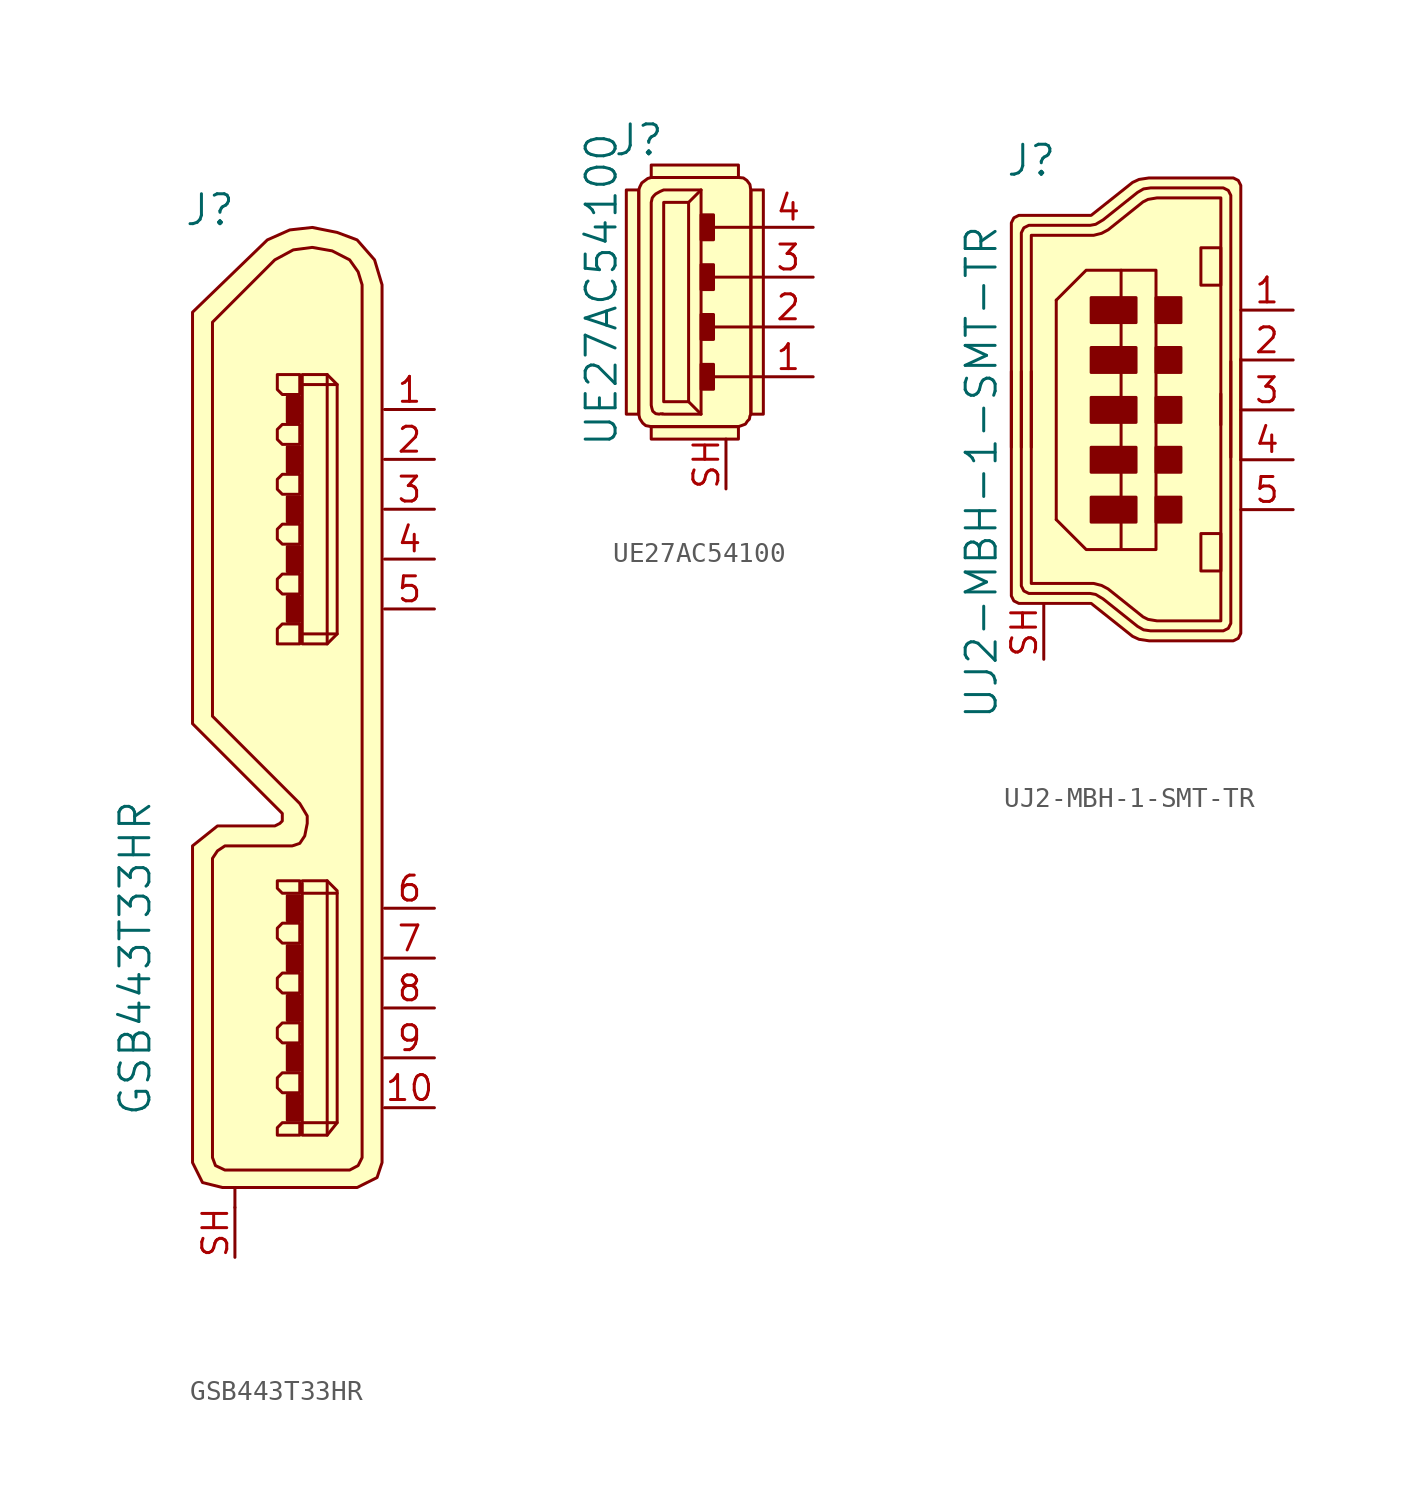
<source format=kicad_sym>
(kicad_symbol_lib
  (version 20220914)
  (generator kicad_symbol_editor)
  (symbol "GSB443T33HR"
    (pin_names
      (offset 1.016))
    (property "Reference" "J"
      (at -6.35 25.4 0)
      (effects (font (size 1.524 1.524))))
    (property "Value" "GSB443T33HR"
      (at -10.16 -12.7 90)
      (effects (font (size 1.524 1.524))))
    (symbol "GSB443T33HR_0_1"
      (rectangle (start -2.413 -20.955) (end -1.778 -19.685) (stroke (width 0) (type default)) (fill (type outline)))
      (rectangle (start -2.413 -18.415) (end -1.778 -17.145) (stroke (width 0) (type default)) (fill (type outline)))
      (rectangle (start -2.413 -15.875) (end -1.778 -14.605) (stroke (width 0) (type default)) (fill (type outline)))
      (rectangle (start -2.413 4.445) (end -1.778 5.715) (stroke (width 0) (type default)) (fill (type outline)))
      (rectangle (start -2.413 6.985) (end -1.778 8.255) (stroke (width 0) (type default)) (fill (type outline)))
      (rectangle (start -2.413 9.525) (end -1.778 10.795) (stroke (width 0) (type default)) (fill (type outline)))
      (rectangle (start -1.778 -13.335) (end -2.413 -12.065) (stroke (width 0) (type default)) (fill (type outline)))
      (rectangle (start -1.778 -10.795) (end -2.413 -9.525) (stroke (width 0) (type default)) (fill (type outline)))
      (rectangle (start -1.778 12.065) (end -2.413 13.335) (stroke (width 0) (type default)) (fill (type outline)))
      (rectangle (start -1.778 14.605) (end -2.413 15.875) (stroke (width 0) (type default)) (fill (type outline)))
      (polyline (pts (xy -5.08 -25.4) (xy -5.08 -24.384)) (stroke (width 0) (type default)) (fill (type none)))
      (polyline (pts (xy -1.651 -21.082) (xy 0.127 -21.082)) (stroke (width 0) (type default)) (fill (type none)))
      (polyline (pts (xy -1.651 3.81) (xy 0.127 3.81)) (stroke (width 0) (type default)) (fill (type none)))
      (polyline (pts (xy -0.381 -8.763) (xy -0.381 -21.717)) (stroke (width 0) (type default)) (fill (type none)))
      (polyline (pts (xy -0.381 17.018) (xy -0.381 3.302)) (stroke (width 0) (type default)) (fill (type none)))
      (polyline (pts (xy 0.127 16.51) (xy -1.651 16.51)) (stroke (width 0) (type default)) (fill (type none)))
      (polyline (pts (xy 0.127 -9.398) (xy -0.381 -9.398) (xy -1.651 -9.398)) (stroke (width 0) (type default)) (fill (type none)))
      (polyline (pts (xy -1.778 -21.717) (xy -2.667 -21.717) (xy -2.921 -21.717) (xy -2.921 -21.336) (xy -2.667 -21.082) (xy -1.778 -21.082) (xy -1.778 -21.717)) (stroke (width 0) (type default)) (fill (type none)))
      (polyline (pts (xy -1.778 -19.558) (xy -2.667 -19.558) (xy -2.921 -19.304) (xy -2.921 -18.796) (xy -2.667 -18.542) (xy -1.778 -18.542) (xy -1.778 -19.558)) (stroke (width 0) (type default)) (fill (type none)))
      (polyline (pts (xy -1.778 -17.018) (xy -2.667 -17.018) (xy -2.921 -16.764) (xy -2.921 -16.256) (xy -2.667 -16.002) (xy -1.778 -16.002) (xy -1.778 -17.018)) (stroke (width 0) (type default)) (fill (type none)))
      (polyline (pts (xy -1.778 -14.478) (xy -2.667 -14.478) (xy -2.921 -14.224) (xy -2.921 -13.716) (xy -2.667 -13.462) (xy -1.778 -13.462) (xy -1.778 -14.478)) (stroke (width 0) (type default)) (fill (type none)))
      (polyline (pts (xy -1.778 -11.938) (xy -2.667 -11.938) (xy -2.921 -11.684) (xy -2.921 -11.176) (xy -2.667 -10.922) (xy -1.778 -10.922) (xy -1.778 -11.938)) (stroke (width 0) (type default)) (fill (type none)))
      (polyline (pts (xy -1.778 -9.398) (xy -2.667 -9.398) (xy -2.921 -9.144) (xy -2.921 -8.763) (xy -2.667 -8.763) (xy -1.778 -8.763) (xy -1.778 -9.398)) (stroke (width 0) (type default)) (fill (type none)))
      (polyline (pts (xy -1.778 3.302) (xy -2.667 3.302) (xy -2.921 3.302) (xy -2.921 4.064) (xy -2.667 4.318) (xy -1.778 4.318) (xy -1.778 3.302)) (stroke (width 0) (type default)) (fill (type none)))
      (polyline (pts (xy -1.778 5.842) (xy -2.667 5.842) (xy -2.921 6.096) (xy -2.921 6.604) (xy -2.667 6.858) (xy -1.778 6.858) (xy -1.778 5.842)) (stroke (width 0) (type default)) (fill (type none)))
      (polyline (pts (xy -1.778 8.382) (xy -2.667 8.382) (xy -2.921 8.636) (xy -2.921 9.144) (xy -2.667 9.398) (xy -1.778 9.398) (xy -1.778 8.382)) (stroke (width 0) (type default)) (fill (type none)))
      (polyline (pts (xy -1.778 10.922) (xy -2.667 10.922) (xy -2.921 11.176) (xy -2.921 11.684) (xy -2.667 11.938) (xy -1.778 11.938) (xy -1.778 10.922)) (stroke (width 0) (type default)) (fill (type none)))
      (polyline (pts (xy -1.778 13.462) (xy -2.667 13.462) (xy -2.921 13.716) (xy -2.921 14.224) (xy -2.667 14.478) (xy -1.778 14.478) (xy -1.778 13.462)) (stroke (width 0) (type default)) (fill (type none)))
      (polyline (pts (xy -1.778 16.002) (xy -2.667 16.002) (xy -2.921 16.256) (xy -2.921 17.018) (xy -2.667 17.018) (xy -1.778 17.018) (xy -1.778 16.002)) (stroke (width 0) (type default)) (fill (type none)))
      (polyline (pts (xy -1.651 -8.89) (xy -1.651 -21.717) (xy -0.381 -21.717) (xy 0.127 -21.082) (xy 0.127 -9.271) (xy -0.381 -8.763) (xy -1.651 -8.763)) (stroke (width 0) (type default)) (fill (type none)))
      (polyline (pts (xy -1.651 17.018) (xy -1.651 3.302) (xy -0.381 3.302) (xy 0.127 3.81) (xy 0.127 16.51) (xy -0.381 17.018) (xy -1.651 17.018)) (stroke (width 0) (type default)) (fill (type none)))
      (polyline (pts (xy -5.715 -24.384) (xy 1.143 -24.384) (xy 2.159 -23.876) (xy 2.413 -23.114) (xy 2.413 21.59) (xy 2.032 22.86) (xy 1.143 23.876) (xy 0.127 24.257) (xy -1.143 24.511) (xy -2.286 24.384) (xy -3.429 23.876) (xy -7.239 20.193) (xy -7.239 -0.762) (xy -2.667 -5.334) (xy -2.667 -5.715) (xy -2.794 -5.842) (xy -3.048 -5.969) (xy -3.937 -5.969) (xy -5.969 -5.969) (xy -7.239 -6.985) (xy -7.239 -23.114) (xy -6.731 -24.13) (xy -5.715 -24.384)) (stroke (width 0) (type default)) (fill (type background)))
      (polyline (pts (xy -3.048 -23.495) (xy 0.762 -23.495) (xy 1.194 -23.266) (xy 1.397 -22.86) (xy 1.397 21.59) (xy 1.194 22.25) (xy 0.762 22.86) (xy -0.127 23.317) (xy -1.143 23.495) (xy -2.108 23.368) (xy -3.048 22.86) (xy -6.223 19.685) (xy -6.223 15.875) (xy -6.223 1.905) (xy -6.223 -0.381) (xy -1.778 -4.826) (xy -1.397 -5.461) (xy -1.397 -5.842) (xy -1.524 -6.477) (xy -1.778 -6.858) (xy -2.159 -6.985) (xy -2.54 -6.985) (xy -3.048 -6.985) (xy -3.683 -6.985) (xy -5.588 -6.985) (xy -5.969 -7.239) (xy -6.223 -7.62) (xy -6.223 -22.86) (xy -6.071 -23.266) (xy -5.588 -23.495) (xy -3.048 -23.495)) (stroke (width 0) (type default)) (fill (type none))))
    (symbol "GSB443T33HR_1_1"
      (pin passive line (at 5.08 15.24 180) (length 2.54) (name "~" (effects (font (size 1.27 1.27)))) (number "1" (effects (font (size 1.27 1.27)))))
      (pin passive line (at 5.08 -20.32 180) (length 2.54) (name "~" (effects (font (size 1.27 1.27)))) (number "10" (effects (font (size 1.27 1.27)))))
      (pin passive line (at 5.08 12.7 180) (length 2.54) (name "~" (effects (font (size 1.27 1.27)))) (number "2" (effects (font (size 1.27 1.27)))))
      (pin passive line (at 5.08 10.16 180) (length 2.54) (name "~" (effects (font (size 1.27 1.27)))) (number "3" (effects (font (size 1.27 1.27)))))
      (pin input line (at 5.08 7.62 180) (length 2.54) (name "~" (effects (font (size 1.27 1.27)))) (number "4" (effects (font (size 1.27 1.27)))))
      (pin passive line (at 5.08 5.08 180) (length 2.54) (name "~" (effects (font (size 1.27 1.27)))) (number "5" (effects (font (size 1.27 1.27)))))
      (pin passive line (at 5.08 -10.16 180) (length 2.54) (name "~" (effects (font (size 1.27 1.27)))) (number "6" (effects (font (size 1.27 1.27)))))
      (pin passive line (at 5.08 -12.7 180) (length 2.54) (name "~" (effects (font (size 1.27 1.27)))) (number "7" (effects (font (size 1.27 1.27)))))
      (pin passive line (at 5.08 -15.24 180) (length 2.54) (name "~" (effects (font (size 1.27 1.27)))) (number "8" (effects (font (size 1.27 1.27)))))
      (pin passive line (at 5.08 -17.78 180) (length 2.54) (name "~" (effects (font (size 1.27 1.27)))) (number "9" (effects (font (size 1.27 1.27)))))
      (pin power_in line (at -5.08 -27.94 90) (length 2.54) (name "~" (effects (font (size 1.27 1.27)))) (number "SH" (effects (font (size 1.27 1.27)))))))
  (symbol "UE27AC54100"
    (pin_names
      (offset 1.016))
    (property "Reference" "J"
      (at -1.27 9.525 0)
      (effects (font (size 1.524 1.524))))
    (property "Value" "UE27AC54100"
      (at -3.175 1.905 90)
      (effects (font (size 1.524 1.524))))
    (symbol "UE27AC54100_0_1"
      (rectangle (start -1.27 -4.445) (end -1.905 6.985) (stroke (width 0) (type default)) (fill (type background)))
      (polyline (pts (xy 1.27 -3.81) (xy 1.905 -4.445)) (stroke (width 0) (type default)) (fill (type none)))
      (polyline (pts (xy 1.27 6.35) (xy 1.905 6.985)) (stroke (width 0) (type default)) (fill (type none)))
      (polyline (pts (xy 5.08 -2.54) (xy 2.54 -2.54)) (stroke (width 0) (type default)) (fill (type none)))
      (polyline (pts (xy 5.08 0) (xy 2.54 0)) (stroke (width 0) (type default)) (fill (type none)))
      (polyline (pts (xy 5.08 2.54) (xy 2.54 2.54)) (stroke (width 0) (type default)) (fill (type none)))
      (polyline (pts (xy 5.08 5.08) (xy 2.54 5.08)) (stroke (width 0) (type default)) (fill (type none)))
      (polyline (pts (xy -0.635 6.35) (xy -0.635 -3.81) (xy -0.635 -3.988) (xy -0.61 -4.115) (xy -0.559 -4.293) (xy -0.406 -4.42) (xy -0.229 -4.445) (xy -0.127 -4.42) (xy -0.076 -4.445) (xy -0.051 -4.42) (xy 0 -4.445) (xy 1.905 -4.445) (xy 1.905 6.985) (xy 0 6.985) (xy -0.178 6.909) (xy -0.406 6.782) (xy -0.508 6.68) (xy -0.584 6.579) (xy -0.635 6.35)) (stroke (width 0) (type default)) (fill (type none)))
      (polyline (pts (xy -0.635 -5.08) (xy 3.81 -5.08) (xy 3.962 -5.029) (xy 4.166 -4.953) (xy 4.267 -4.801) (xy 4.369 -4.699) (xy 4.394 -4.547) (xy 4.445 -4.445) (xy 4.445 6.985) (xy 4.42 7.087) (xy 4.42 7.112) (xy 4.394 7.264) (xy 4.242 7.468) (xy 4.064 7.595) (xy 3.81 7.62) (xy -0.635 7.62) (xy -0.813 7.569) (xy -1.118 7.341) (xy -1.219 7.137) (xy -1.27 6.985) (xy -1.27 -4.445) (xy -1.219 -4.674) (xy -1.067 -4.902) (xy -0.914 -5.029) (xy -0.635 -5.08)) (stroke (width 0) (type default)) (fill (type background)))
      (rectangle (start 1.27 6.35) (end 0 -3.81) (stroke (width 0) (type default)) (fill (type none)))
      (rectangle (start 2.54 -1.905) (end 1.905 -3.175) (stroke (width 0) (type default)) (fill (type outline)))
      (rectangle (start 2.54 0.635) (end 1.905 -0.635) (stroke (width 0) (type default)) (fill (type outline)))
      (rectangle (start 2.54 3.175) (end 1.905 1.905) (stroke (width 0) (type default)) (fill (type outline)))
      (rectangle (start 2.54 4.445) (end 1.905 5.715) (stroke (width 0) (type default)) (fill (type outline)))
      (rectangle (start 3.81 -5.08) (end -0.635 -5.715) (stroke (width 0) (type default)) (fill (type background)))
      (rectangle (start 3.81 7.62) (end -0.635 8.255) (stroke (width 0) (type default)) (fill (type background)))
      (rectangle (start 4.445 6.985) (end 5.08 -4.445) (stroke (width 0) (type default)) (fill (type background))))
    (symbol "UE27AC54100_1_1"
      (pin passive line (at 7.62 -2.54 180) (length 2.54) (name "~" (effects (font (size 1.27 1.27)))) (number "1" (effects (font (size 1.27 1.27)))))
      (pin passive line (at 7.62 0 180) (length 2.54) (name "~" (effects (font (size 1.27 1.27)))) (number "2" (effects (font (size 1.27 1.27)))))
      (pin passive line (at 7.62 2.54 180) (length 2.54) (name "~" (effects (font (size 1.27 1.27)))) (number "3" (effects (font (size 1.27 1.27)))))
      (pin passive line (at 7.62 5.08 180) (length 2.54) (name "~" (effects (font (size 1.27 1.27)))) (number "4" (effects (font (size 1.27 1.27)))))
      (pin passive line (at 3.175 -8.255 90) (length 2.54) (name "~" (effects (font (size 1.27 1.27)))) (number "SH" (effects (font (size 1.27 1.27)))))))
  (symbol "UJ2-MBH-1-SMT-TR"
    (pin_names
      (offset 1.016))
    (property "Reference" "J"
      (at -5.715 12.7 0)
      (effects (font (size 1.524 1.524))))
    (property "Value" "UJ2-MBH-1-SMT-TR"
      (at -8.255 -3.175 90)
      (effects (font (size 1.524 1.524))))
    (symbol "UJ2-MBH-1-SMT-TR_0_1"
      (rectangle (start -0.381 -5.715) (end -2.667 -4.445) (stroke (width 0) (type default)) (fill (type outline)))
      (rectangle (start -0.381 -3.175) (end -2.667 -1.905) (stroke (width 0) (type default)) (fill (type outline)))
      (rectangle (start -0.381 -0.635) (end -2.667 0.635) (stroke (width 0) (type default)) (fill (type outline)))
      (rectangle (start -0.381 1.905) (end -2.667 3.175) (stroke (width 0) (type default)) (fill (type outline)))
      (rectangle (start -0.381 4.445) (end -2.667 5.715) (stroke (width 0) (type default)) (fill (type outline)))
      (polyline (pts (xy -4.445 5.588) (xy -4.445 -5.588)) (stroke (width 0) (type default)) (fill (type none)))
      (polyline (pts (xy -4.445 -5.588) (xy -2.921 -7.112) (xy -1.143 -7.112)) (stroke (width 0) (type default)) (fill (type none)))
      (polyline (pts (xy -4.445 5.588) (xy -2.921 7.112) (xy -1.143 7.112)) (stroke (width 0) (type default)) (fill (type none)))
      (polyline (pts (xy 3.937 -0.762) (xy 3.937 10.795) (xy 0.686 10.795) (xy 0.229 10.719) (xy -0.025 10.592) (xy -1.803 9.169) (xy -2.134 8.992) (xy -2.54 8.89) (xy -5.715 8.89) (xy -5.715 -1.905)) (stroke (width 0) (type default)) (fill (type none)))
      (polyline (pts (xy 3.937 0.813) (xy 3.937 -10.744) (xy 0.686 -10.744) (xy 0.229 -10.668) (xy -0.025 -10.541) (xy -1.803 -9.119) (xy -2.134 -8.941) (xy -2.54 -8.839) (xy -5.715 -8.839) (xy -5.715 1.956)) (stroke (width 0) (type default)) (fill (type none)))
      (polyline (pts (xy 4.953 -2.54) (xy 4.953 11.176) (xy 4.953 11.43) (xy 4.826 11.684) (xy 4.572 11.811) (xy 4.318 11.811) (xy 0.279 11.811) (xy -0.229 11.735) (xy -0.559 11.582) (xy -2.667 9.906) (xy -6.096 9.906) (xy -6.35 9.906) (xy -6.604 9.779) (xy -6.731 9.525) (xy -6.731 9.271) (xy -6.731 -1.905)) (stroke (width 0) (type default)) (fill (type background)))
      (polyline (pts (xy 4.953 2.591) (xy 4.953 -11.125) (xy 4.953 -11.379) (xy 4.826 -11.633) (xy 4.572 -11.76) (xy 4.318 -11.76) (xy 0.279 -11.76) (xy -0.229 -11.684) (xy -0.559 -11.532) (xy -2.667 -9.855) (xy -6.096 -9.855) (xy -6.35 -9.855) (xy -6.604 -9.728) (xy -6.731 -9.474) (xy -6.731 -9.22) (xy -6.731 1.956)) (stroke (width 0) (type default)) (fill (type background)))
      (polyline (pts (xy 4.445 -2.413) (xy 4.445 10.668) (xy 4.445 10.922) (xy 4.318 11.176) (xy 4.064 11.303) (xy 3.81 11.303) (xy 0.356 11.303) (xy 0 11.252) (xy -0.305 11.074) (xy -2.057 9.677) (xy -2.438 9.449) (xy -2.718 9.398) (xy -5.588 9.398) (xy -5.842 9.398) (xy -6.096 9.271) (xy -6.223 9.017) (xy -6.223 8.763) (xy -6.223 -1.905)) (stroke (width 0) (type default)) (fill (type none)))
      (polyline (pts (xy 4.445 2.464) (xy 4.445 -10.617) (xy 4.445 -10.871) (xy 4.318 -11.125) (xy 4.064 -11.252) (xy 3.81 -11.252) (xy 0.356 -11.252) (xy 0 -11.201) (xy -0.305 -11.024) (xy -2.057 -9.627) (xy -2.438 -9.398) (xy -2.718 -9.347) (xy -5.588 -9.347) (xy -5.842 -9.347) (xy -6.096 -9.22) (xy -6.223 -8.966) (xy -6.223 -8.712) (xy -6.223 1.956)) (stroke (width 0) (type default)) (fill (type none)))
      (rectangle (start 0.635 -7.112) (end -1.143 7.112) (stroke (width 0) (type default)) (fill (type none)))
      (rectangle (start 1.905 -4.445) (end 0.635 -5.715) (stroke (width 0) (type default)) (fill (type outline)))
      (rectangle (start 1.905 -1.905) (end 0.635 -3.175) (stroke (width 0) (type default)) (fill (type outline)))
      (rectangle (start 1.905 0.635) (end 0.635 -0.635) (stroke (width 0) (type default)) (fill (type outline)))
      (rectangle (start 1.905 3.175) (end 0.635 1.905) (stroke (width 0) (type default)) (fill (type outline)))
      (rectangle (start 1.905 5.715) (end 0.635 4.445) (stroke (width 0) (type default)) (fill (type outline)))
      (rectangle (start 2.921 -8.204) (end 3.937 -6.299) (stroke (width 0) (type default)) (fill (type none)))
      (rectangle (start 2.921 8.255) (end 3.937 6.35) (stroke (width 0) (type default)) (fill (type none))))
    (symbol "UJ2-MBH-1-SMT-TR_1_1"
      (pin passive line (at 7.62 5.08 180) (length 2.667) (name "~" (effects (font (size 1.27 1.27)))) (number "1" (effects (font (size 1.27 1.27)))))
      (pin passive line (at 7.62 2.54 180) (length 2.667) (name "~" (effects (font (size 1.27 1.27)))) (number "2" (effects (font (size 1.27 1.27)))))
      (pin passive line (at 7.62 0 180) (length 2.667) (name "~" (effects (font (size 1.27 1.27)))) (number "3" (effects (font (size 1.27 1.27)))))
      (pin passive line (at 7.62 -2.54 180) (length 2.667) (name "~" (effects (font (size 1.27 1.27)))) (number "4" (effects (font (size 1.27 1.27)))))
      (pin passive line (at 7.62 -5.08 180) (length 2.667) (name "~" (effects (font (size 1.27 1.27)))) (number "5" (effects (font (size 1.27 1.27)))))
      (pin passive line (at -5.08 -12.7 90) (length 2.794) (name "~" (effects (font (size 1.27 1.27)))) (number "SH" (effects (font (size 1.27 1.27))))))))
</source>
